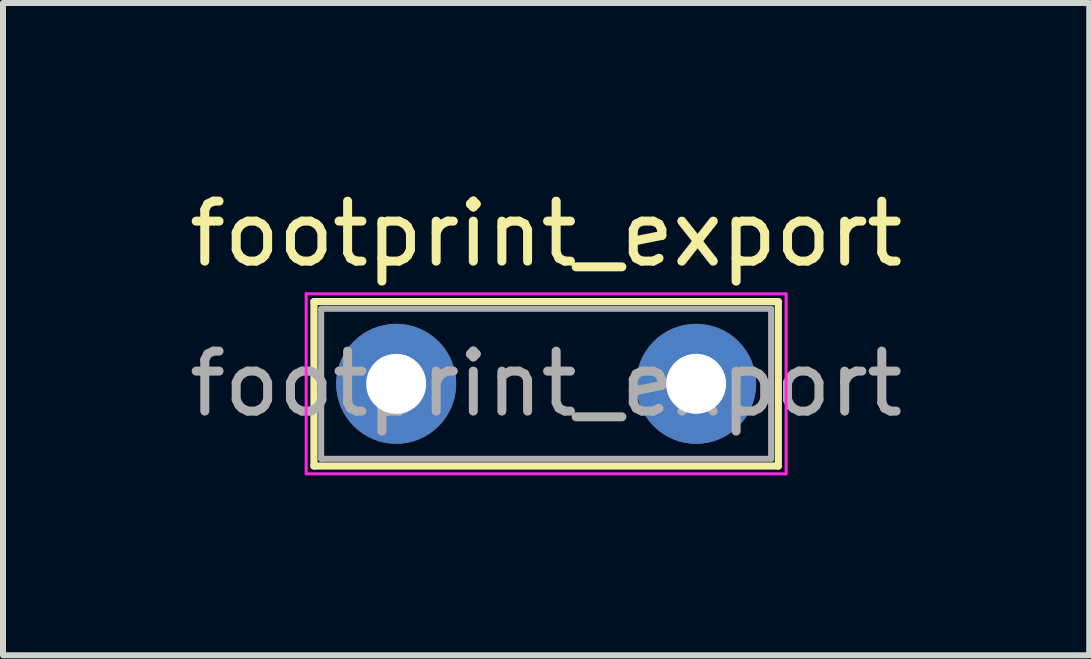
<source format=kicad_pcb>
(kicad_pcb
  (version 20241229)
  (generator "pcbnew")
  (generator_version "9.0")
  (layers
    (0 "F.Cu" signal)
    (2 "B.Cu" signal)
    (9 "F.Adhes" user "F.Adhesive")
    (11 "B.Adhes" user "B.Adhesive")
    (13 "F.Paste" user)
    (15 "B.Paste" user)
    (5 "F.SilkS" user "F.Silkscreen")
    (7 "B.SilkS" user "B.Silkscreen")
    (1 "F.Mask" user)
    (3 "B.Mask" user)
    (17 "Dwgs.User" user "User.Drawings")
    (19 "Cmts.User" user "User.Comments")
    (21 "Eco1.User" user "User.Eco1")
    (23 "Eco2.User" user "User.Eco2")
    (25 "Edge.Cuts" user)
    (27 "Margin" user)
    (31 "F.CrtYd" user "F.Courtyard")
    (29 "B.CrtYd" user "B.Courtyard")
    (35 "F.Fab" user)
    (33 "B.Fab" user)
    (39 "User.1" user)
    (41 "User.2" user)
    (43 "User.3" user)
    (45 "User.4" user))
  (footprint "footprint_export"
    (layer "F.Cu")
    (at 3.554 3.348)
    (property "Reference" "footprint_export" (at 2.5 -2.5 0) (layer "F.SilkS") (effects (font (size 1 1) (thickness 0.15))))
    (attr through_hole)
    (fp_line (start -1.37 -1.37) (end -1.37 1.37) (stroke (width 0.12) (type solid)) (layer "F.SilkS"))
    (fp_line (start -1.37 -1.37) (end 6.37 -1.37) (stroke (width 0.12) (type solid)) (layer "F.SilkS"))
    (fp_line (start -1.37 1.37) (end 6.37 1.37) (stroke (width 0.12) (type solid)) (layer "F.SilkS"))
    (fp_line (start 6.37 -1.37) (end 6.37 1.37) (stroke (width 0.12) (type solid)) (layer "F.SilkS"))
    (fp_line (start -1.5 -1.5) (end -1.5 1.5) (stroke (width 0.05) (type solid)) (layer "F.CrtYd"))
    (fp_line (start -1.5 1.5) (end 6.5 1.5) (stroke (width 0.05) (type solid)) (layer "F.CrtYd"))
    (fp_line (start 6.5 -1.5) (end -1.5 -1.5) (stroke (width 0.05) (type solid)) (layer "F.CrtYd"))
    (fp_line (start 6.5 1.5) (end 6.5 -1.5) (stroke (width 0.05) (type solid)) (layer "F.CrtYd"))
    (fp_line (start -1.25 -1.25) (end -1.25 1.25) (stroke (width 0.1) (type solid)) (layer "F.Fab"))
    (fp_line (start -1.25 1.25) (end 6.25 1.25) (stroke (width 0.1) (type solid)) (layer "F.Fab"))
    (fp_line (start 6.25 -1.25) (end -1.25 -1.25) (stroke (width 0.1) (type solid)) (layer "F.Fab"))
    (fp_line (start 6.25 1.25) (end 6.25 -1.25) (stroke (width 0.1) (type solid)) (layer "F.Fab"))
    (fp_text user "${REFERENCE}" (at 2.5 0 0) (layer "F.Fab") (effects (font (size 1 1) (thickness 0.15))))
    (pad "1" thru_hole circle (at 0 0) (size 2 2) (drill 1) (layers "*.Cu" "*.Mask"))
    (pad "2" thru_hole circle (at 5 0) (size 2 2) (drill 1) (layers "*.Cu" "*.Mask")))
  (gr_rect
    (start -3 -3)
    (end 15.107 7.873)
    (stroke (width 0.1) (type default))
    (fill no)
    (layer "Edge.Cuts")))
</source>
